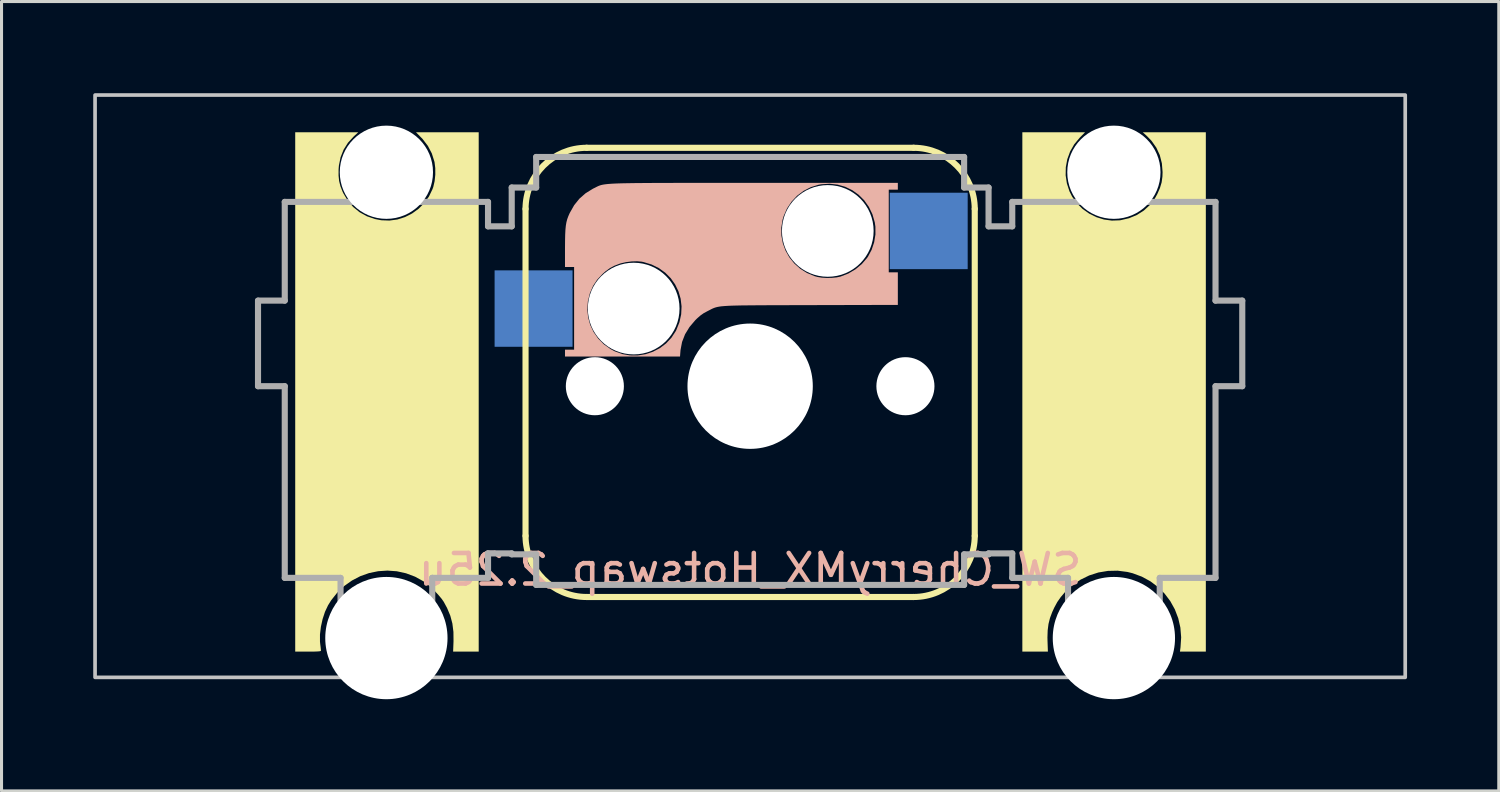
<source format=kicad_pcb>
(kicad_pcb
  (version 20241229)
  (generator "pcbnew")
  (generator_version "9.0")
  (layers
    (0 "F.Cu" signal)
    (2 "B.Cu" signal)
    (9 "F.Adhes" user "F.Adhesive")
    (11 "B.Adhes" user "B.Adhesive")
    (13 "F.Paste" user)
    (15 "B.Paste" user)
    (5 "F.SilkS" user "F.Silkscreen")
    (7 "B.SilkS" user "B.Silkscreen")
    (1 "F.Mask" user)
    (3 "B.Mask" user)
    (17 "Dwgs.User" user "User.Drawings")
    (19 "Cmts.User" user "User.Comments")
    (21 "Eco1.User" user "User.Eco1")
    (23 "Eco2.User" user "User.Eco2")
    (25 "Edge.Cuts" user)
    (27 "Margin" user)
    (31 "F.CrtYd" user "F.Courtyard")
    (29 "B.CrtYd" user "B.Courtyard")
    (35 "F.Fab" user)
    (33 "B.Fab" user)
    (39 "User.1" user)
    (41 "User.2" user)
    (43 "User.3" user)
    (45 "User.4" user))
  (footprint "SW_CherryMX_Hotswap_2.25u"
    (layer "F.Cu")
    (at 21.491 9.585)
    (property "Reference" "SW_CherryMX_Hotswap_2.25u" (at 0 6 0) (unlocked yes) (layer "B.SilkS") (effects (font (size 1 1) (thickness 0.15)) (justify mirror)))
    (attr smd)
    (fp_line (start -7.348 4.896) (end -7.348 -5.8) (stroke (width 0.2) (type solid)) (layer "F.SilkS"))
    (fp_line (start -5.348 -7.8) (end 5.348 -7.8) (stroke (width 0.2) (type solid)) (layer "F.SilkS"))
    (fp_line (start 5.348 6.896) (end -5.348 6.896) (stroke (width 0.2) (type solid)) (layer "F.SilkS"))
    (fp_line (start 7.348 -5.8) (end 7.348 4.896) (stroke (width 0.2) (type solid)) (layer "F.SilkS"))
    (fp_arc (start -7.347835 -5.8) (mid -6.762049 -7.214214) (end -5.347835 -7.8) (stroke (width 0.2) (type solid)) (layer "F.SilkS"))
    (fp_arc (start -5.347835 6.89568) (mid -6.762049 6.309894) (end -7.347835 4.89568) (stroke (width 0.2) (type solid)) (layer "F.SilkS"))
    (fp_arc (start 5.347835 -7.8) (mid 6.762049 -7.214214) (end 7.347835 -5.8) (stroke (width 0.2) (type solid)) (layer "F.SilkS"))
    (fp_arc (start 7.347835 4.89568) (mid 6.762049 6.309894) (end 5.347835 6.89568) (stroke (width 0.2) (type solid)) (layer "F.SilkS"))
    (fp_poly (pts (xy 10.778 -8.126) (xy 10.602 -7.914) (xy 10.468 -7.679) (xy 10.376 -7.428) (xy 10.327 -7.166) (xy 10.322 -6.9) (xy 10.362 -6.635) (xy 10.446 -6.377) (xy 10.535 -6.2) (xy 10.687 -5.986) (xy 10.874 -5.801) (xy 11.089 -5.648) (xy 11.325 -5.531) (xy 11.576 -5.453) (xy 11.834 -5.418) (xy 12.093 -5.427) (xy 12.119 -5.431) (xy 12.397 -5.496) (xy 12.652 -5.602) (xy 12.88 -5.747) (xy 13.078 -5.929) (xy 13.242 -6.145) (xy 13.321 -6.287) (xy 13.407 -6.484) (xy 13.462 -6.668) (xy 13.488 -6.857) (xy 13.493 -7.005) (xy 13.47 -7.292) (xy 13.402 -7.559) (xy 13.289 -7.804) (xy 13.132 -8.027) (xy 12.985 -8.18) (xy 12.845 -8.308) (xy 14.908 -8.308) (xy 14.908 8.683) (xy 14.061 8.683) (xy 14.08 8.54) (xy 14.101 8.214) (xy 14.075 7.895) (xy 14.005 7.59) (xy 13.894 7.3) (xy 13.745 7.031) (xy 13.56 6.786) (xy 13.342 6.568) (xy 13.093 6.382) (xy 12.816 6.231) (xy 12.515 6.119) (xy 12.341 6.076) (xy 12.023 6.035) (xy 11.705 6.042) (xy 11.393 6.094) (xy 11.092 6.191) (xy 10.807 6.33) (xy 10.544 6.509) (xy 10.309 6.727) (xy 10.302 6.734) (xy 10.162 6.898) (xy 10.048 7.061) (xy 9.95 7.242) (xy 9.884 7.385) (xy 9.81 7.582) (xy 9.761 7.777) (xy 9.734 7.986) (xy 9.726 8.22) (xy 9.729 8.341) (xy 9.741 8.683) (xy 8.905 8.683) (xy 8.905 -8.308) (xy 10.957 -8.308)) (stroke (width 0) (type solid)) (fill yes) (layer "F.SilkS"))
    (fp_poly (pts (xy -12.968 -8.172) (xy -13.157 -7.966) (xy -13.3 -7.739) (xy -13.399 -7.49) (xy -13.454 -7.22) (xy -13.464 -7.099) (xy -13.465 -6.892) (xy -13.447 -6.714) (xy -13.405 -6.547) (xy -13.337 -6.372) (xy -13.308 -6.311) (xy -13.165 -6.07) (xy -12.987 -5.863) (xy -12.777 -5.692) (xy -12.539 -5.56) (xy -12.274 -5.469) (xy -12.066 -5.429) (xy -11.801 -5.419) (xy -11.541 -5.454) (xy -11.292 -5.533) (xy -11.059 -5.651) (xy -10.847 -5.804) (xy -10.661 -5.99) (xy -10.508 -6.205) (xy -10.392 -6.446) (xy -10.365 -6.522) (xy -10.322 -6.709) (xy -10.3 -6.92) (xy -10.301 -7.134) (xy -10.325 -7.33) (xy -10.33 -7.351) (xy -10.414 -7.616) (xy -10.543 -7.862) (xy -10.713 -8.084) (xy -10.753 -8.126) (xy -10.932 -8.308) (xy -8.88 -8.308) (xy -8.88 8.683) (xy -9.717 8.683) (xy -9.704 8.341) (xy -9.707 8.039) (xy -9.741 7.765) (xy -9.809 7.508) (xy -9.915 7.255) (xy -10.025 7.052) (xy -10.095 6.952) (xy -10.195 6.833) (xy -10.312 6.707) (xy -10.437 6.585) (xy -10.559 6.477) (xy -10.667 6.395) (xy -10.678 6.388) (xy -10.962 6.231) (xy -11.258 6.12) (xy -11.56 6.054) (xy -11.866 6.032) (xy -12.169 6.052) (xy -12.467 6.113) (xy -12.754 6.215) (xy -13.025 6.356) (xy -13.278 6.535) (xy -13.506 6.751) (xy -13.706 7.003) (xy -13.81 7.17) (xy -13.909 7.38) (xy -13.987 7.618) (xy -14.043 7.87) (xy -14.073 8.12) (xy -14.073 8.354) (xy -14.065 8.435) (xy -14.053 8.529) (xy -14.045 8.605) (xy -14.04 8.649) (xy -14.04 8.652) (xy -14.052 8.664) (xy -14.092 8.673) (xy -14.165 8.678) (xy -14.276 8.682) (xy -14.43 8.683) (xy -14.461 8.683) (xy -14.883 8.683) (xy -14.883 -8.308) (xy -12.821 -8.308)) (stroke (width 0) (type solid)) (fill yes) (layer "F.SilkS"))
    (fp_poly (pts (xy -6.057 -1.196) (xy -5.759 -1.196) (xy -5.759 -3.899) (xy -6.057 -3.899) (xy -6.057 -4.526) (xy -6.055 -4.762) (xy -6.051 -4.956) (xy -6.043 -5.116) (xy -6.03 -5.249) (xy -6.011 -5.361) (xy -5.985 -5.462) (xy -5.95 -5.558) (xy -5.907 -5.656) (xy -5.899 -5.672) (xy -5.756 -5.924) (xy -5.584 -6.137) (xy -5.379 -6.316) (xy -5.138 -6.464) (xy -5.102 -6.481) (xy -5.062 -6.501) (xy -5.026 -6.52) (xy -4.992 -6.537) (xy -4.958 -6.552) (xy -4.922 -6.566) (xy -4.882 -6.579) (xy -4.835 -6.59) (xy -4.78 -6.6) (xy -4.713 -6.609) (xy -4.634 -6.617) (xy -4.539 -6.624) (xy -4.428 -6.63) (xy -4.296 -6.635) (xy -4.143 -6.639) (xy -3.966 -6.642) (xy -3.764 -6.645) (xy -3.533 -6.647) (xy -3.272 -6.649) (xy -2.978 -6.65) (xy -2.65 -6.651) (xy -2.285 -6.652) (xy -1.881 -6.652) (xy -1.437 -6.652) (xy -0.948 -6.652) (xy -0.415 -6.652) (xy 0.138 -6.652) (xy 4.832 -6.653) (xy 4.832 -6.429) (xy 4.535 -6.429) (xy 4.535 -4.964) (xy 4.099 -4.964) (xy 4.098 -5.219) (xy 4.077 -5.362) (xy 4 -5.628) (xy 3.883 -5.869) (xy 3.732 -6.082) (xy 3.549 -6.264) (xy 3.341 -6.413) (xy 3.111 -6.524) (xy 2.863 -6.595) (xy 2.602 -6.624) (xy 2.333 -6.607) (xy 2.24 -6.591) (xy 1.984 -6.512) (xy 1.748 -6.391) (xy 1.537 -6.232) (xy 1.355 -6.039) (xy 1.207 -5.817) (xy 1.098 -5.569) (xy 1.061 -5.447) (xy 1.019 -5.185) (xy 1.023 -4.926) (xy 1.07 -4.674) (xy 1.158 -4.436) (xy 1.284 -4.214) (xy 1.444 -4.016) (xy 1.637 -3.844) (xy 1.858 -3.705) (xy 2.104 -3.602) (xy 2.203 -3.574) (xy 2.339 -3.552) (xy 2.501 -3.542) (xy 2.671 -3.545) (xy 2.83 -3.56) (xy 2.958 -3.587) (xy 3.212 -3.686) (xy 3.447 -3.825) (xy 3.655 -3.998) (xy 3.827 -4.199) (xy 3.855 -4.239) (xy 3.975 -4.463) (xy 4.057 -4.708) (xy 4.099 -4.964) (xy 4.535 -4.964) (xy 4.535 -3.726) (xy 4.832 -3.726) (xy 4.832 -2.66) (xy 1.961 -2.653) (xy 1.516 -2.652) (xy 1.117 -2.651) (xy 0.762 -2.65) (xy 0.448 -2.649) (xy 0.172 -2.647) (xy -0.069 -2.645) (xy -0.277 -2.643) (xy -0.456 -2.639) (xy -0.609 -2.635) (xy -0.738 -2.629) (xy -0.846 -2.622) (xy -0.936 -2.614) (xy -0.954 -2.612) (xy -2.244 -2.612) (xy -2.274 -2.863) (xy -2.344 -3.103) (xy -2.453 -3.328) (xy -2.597 -3.533) (xy -2.776 -3.713) (xy -2.985 -3.864) (xy -3.224 -3.982) (xy -3.489 -4.062) (xy -3.546 -4.074) (xy -3.699 -4.088) (xy -3.878 -4.082) (xy -4.062 -4.059) (xy -4.231 -4.02) (xy -4.265 -4.009) (xy -4.441 -3.942) (xy -4.589 -3.863) (xy -4.729 -3.761) (xy -4.832 -3.67) (xy -5.006 -3.483) (xy -5.138 -3.283) (xy -5.237 -3.058) (xy -5.242 -3.045) (xy -5.308 -2.779) (xy -5.327 -2.514) (xy -5.301 -2.254) (xy -5.232 -2.005) (xy -5.121 -1.772) (xy -4.972 -1.559) (xy -4.786 -1.371) (xy -4.566 -1.214) (xy -4.43 -1.142) (xy -4.184 -1.052) (xy -3.93 -1.007) (xy -3.674 -1.006) (xy -3.423 -1.047) (xy -3.181 -1.127) (xy -2.956 -1.244) (xy -2.752 -1.398) (xy -2.576 -1.585) (xy -2.433 -1.803) (xy -2.417 -1.834) (xy -2.313 -2.093) (xy -2.256 -2.353) (xy -2.244 -2.612) (xy -0.954 -2.612) (xy -1.011 -2.604) (xy -1.075 -2.592) (xy -1.129 -2.578) (xy -1.177 -2.562) (xy -1.221 -2.544) (xy -1.265 -2.523) (xy -1.311 -2.499) (xy -1.362 -2.473) (xy -1.393 -2.457) (xy -1.521 -2.388) (xy -1.631 -2.31) (xy -1.742 -2.212) (xy -1.79 -2.165) (xy -1.983 -1.938) (xy -2.129 -1.699) (xy -2.227 -1.448) (xy -2.277 -1.185) (xy -2.28 -1.154) (xy -2.294 -0.972) (xy -6.057 -0.972)) (stroke (width 0) (type solid)) (fill yes) (layer "B.SilkS"))
    (fp_rect (start -21.431 -9.525) (end 21.431 9.525) (stroke (width 0.12) (type solid)) (fill no) (layer "Dwgs.User"))
    (fp_line (start -16.1 -2.8) (end -16.1 0) (stroke (width 0.2) (type solid)) (layer "F.Fab"))
    (fp_line (start -16.1 0) (end -15.225 0) (stroke (width 0.2) (type solid)) (layer "F.Fab"))
    (fp_line (start -15.225 -6.03) (end -15.225 -2.8) (stroke (width 0.2) (type solid)) (layer "F.Fab"))
    (fp_line (start -15.225 -2.8) (end -16.1 -2.8) (stroke (width 0.2) (type solid)) (layer "F.Fab"))
    (fp_line (start -15.225 0) (end -15.225 6.27) (stroke (width 0.2) (type solid)) (layer "F.Fab"))
    (fp_line (start -15.225 6.27) (end -13.4 6.27) (stroke (width 0.2) (type solid)) (layer "F.Fab"))
    (fp_line (start -13.4 6.27) (end -13.4 7.47) (stroke (width 0.2) (type solid)) (layer "F.Fab"))
    (fp_line (start -13.4 7.47) (end -10.4 7.47) (stroke (width 0.2) (type solid)) (layer "F.Fab"))
    (fp_line (start -10.4 6.27) (end -10.4 6.27) (stroke (width 0.2) (type solid)) (layer "F.Fab"))
    (fp_line (start -10.4 6.27) (end -8.575 6.27) (stroke (width 0.2) (type solid)) (layer "F.Fab"))
    (fp_line (start -10.4 7.47) (end -10.4 6.27) (stroke (width 0.2) (type solid)) (layer "F.Fab"))
    (fp_line (start -8.575 -6.03) (end -15.225 -6.03) (stroke (width 0.2) (type solid)) (layer "F.Fab"))
    (fp_line (start -8.575 -5.23) (end -8.575 -6.03) (stroke (width 0.2) (type solid)) (layer "F.Fab"))
    (fp_line (start -8.575 5.47) (end -7.8 5.47) (stroke (width 0.2) (type solid)) (layer "F.Fab"))
    (fp_line (start -8.575 6.27) (end -8.575 5.47) (stroke (width 0.2) (type solid)) (layer "F.Fab"))
    (fp_line (start -7.8 -6.5) (end -7.8 -5.23) (stroke (width 0.2) (type solid)) (layer "F.Fab"))
    (fp_line (start -7.8 -5.23) (end -8.575 -5.23) (stroke (width 0.2) (type solid)) (layer "F.Fab"))
    (fp_line (start -7.8 5.47) (end -7.8 5.5) (stroke (width 0.2) (type solid)) (layer "F.Fab"))
    (fp_line (start -7.8 5.5) (end -7 5.5) (stroke (width 0.2) (type solid)) (layer "F.Fab"))
    (fp_line (start -7 -7.5) (end -7 -6.5) (stroke (width 0.2) (type solid)) (layer "F.Fab"))
    (fp_line (start -7 -6.5) (end -7.8 -6.5) (stroke (width 0.2) (type solid)) (layer "F.Fab"))
    (fp_line (start -7 5.5) (end -7 6.5) (stroke (width 0.2) (type solid)) (layer "F.Fab"))
    (fp_line (start -7 6.5) (end 7 6.5) (stroke (width 0.2) (type solid)) (layer "F.Fab"))
    (fp_line (start 7 -7.5) (end -7 -7.5) (stroke (width 0.2) (type solid)) (layer "F.Fab"))
    (fp_line (start 7 -6.5) (end 7 -7.5) (stroke (width 0.2) (type solid)) (layer "F.Fab"))
    (fp_line (start 7 5.5) (end 7.8 5.5) (stroke (width 0.2) (type solid)) (layer "F.Fab"))
    (fp_line (start 7 6.5) (end 7 5.5) (stroke (width 0.2) (type solid)) (layer "F.Fab"))
    (fp_line (start 7.8 -6.5) (end 7 -6.5) (stroke (width 0.2) (type solid)) (layer "F.Fab"))
    (fp_line (start 7.8 -5.23) (end 7.8 -6.5) (stroke (width 0.2) (type solid)) (layer "F.Fab"))
    (fp_line (start 7.8 5.47) (end 8.575 5.47) (stroke (width 0.2) (type solid)) (layer "F.Fab"))
    (fp_line (start 7.8 5.5) (end 7.8 5.47) (stroke (width 0.2) (type solid)) (layer "F.Fab"))
    (fp_line (start 8.575 -6.03) (end 8.575 -5.23) (stroke (width 0.2) (type solid)) (layer "F.Fab"))
    (fp_line (start 8.575 -5.23) (end 7.8 -5.23) (stroke (width 0.2) (type solid)) (layer "F.Fab"))
    (fp_line (start 8.575 5.47) (end 8.575 6.27) (stroke (width 0.2) (type solid)) (layer "F.Fab"))
    (fp_line (start 8.575 6.27) (end 10.4 6.27) (stroke (width 0.2) (type solid)) (layer "F.Fab"))
    (fp_line (start 10.4 6.27) (end 10.4 7.47) (stroke (width 0.2) (type solid)) (layer "F.Fab"))
    (fp_line (start 10.4 7.47) (end 13.4 7.47) (stroke (width 0.2) (type solid)) (layer "F.Fab"))
    (fp_line (start 13.4 6.27) (end 15.225 6.27) (stroke (width 0.2) (type solid)) (layer "F.Fab"))
    (fp_line (start 13.4 7.47) (end 13.4 6.27) (stroke (width 0.2) (type solid)) (layer "F.Fab"))
    (fp_line (start 15.225 -6.03) (end 8.575 -6.03) (stroke (width 0.2) (type solid)) (layer "F.Fab"))
    (fp_line (start 15.225 -2.8) (end 15.225 -6.03) (stroke (width 0.2) (type solid)) (layer "F.Fab"))
    (fp_line (start 15.225 0) (end 16.1 0) (stroke (width 0.2) (type solid)) (layer "F.Fab"))
    (fp_line (start 15.225 6.27) (end 15.225 0) (stroke (width 0.2) (type solid)) (layer "F.Fab"))
    (fp_line (start 16.1 -2.8) (end 15.225 -2.8) (stroke (width 0.2) (type solid)) (layer "F.Fab"))
    (fp_line (start 16.1 0) (end 16.1 -2.8) (stroke (width 0.2) (type solid)) (layer "F.Fab"))
    (pad "" np_thru_hole circle (at -11.9 -7) (size 3.05 3.05) (drill 3.05) (layers "*.Cu" "*.Mask"))
    (pad "" np_thru_hole circle (at -11.9 8.24) (size 4 4) (drill 4) (layers "*.Cu" "*.Mask"))
    (pad "" np_thru_hole circle (at -5.08 0) (size 1.9 1.9) (drill 1.9) (layers "*.Cu" "*.Mask"))
    (pad "" np_thru_hole circle (at -3.81 -2.54) (size 3 3) (drill 3) (layers "*.Cu" "*.Mask"))
    (pad "" np_thru_hole circle (at 0 0) (size 4.1 4.1) (drill 4.1) (layers "*.Cu" "*.Mask"))
    (pad "" np_thru_hole circle (at 2.54 -5.08) (size 3 3) (drill 3) (layers "*.Cu" "*.Mask"))
    (pad "" np_thru_hole circle (at 5.08 0) (size 1.9 1.9) (drill 1.9) (layers "*.Cu" "*.Mask"))
    (pad "" np_thru_hole circle (at 11.9 -7) (size 3.05 3.05) (drill 3.05) (layers "*.Cu" "*.Mask"))
    (pad "" np_thru_hole circle (at 11.9 8.24) (size 4 4) (drill 4) (layers "*.Cu" "*.Mask"))
    (pad "1" smd rect (at -7.085 -2.54) (size 2.55 2.5) (layers "B.Cu" "B.Mask" "B.Paste"))
    (pad "2" smd rect (at 5.842 -5.08) (size 2.55 2.5) (layers "B.Cu" "B.Mask" "B.Paste")))
  (gr_rect
    (start -3 -3)
    (end 45.983 22.825)
    (stroke (width 0.1) (type default))
    (fill no)
    (layer "Edge.Cuts")))
</source>
